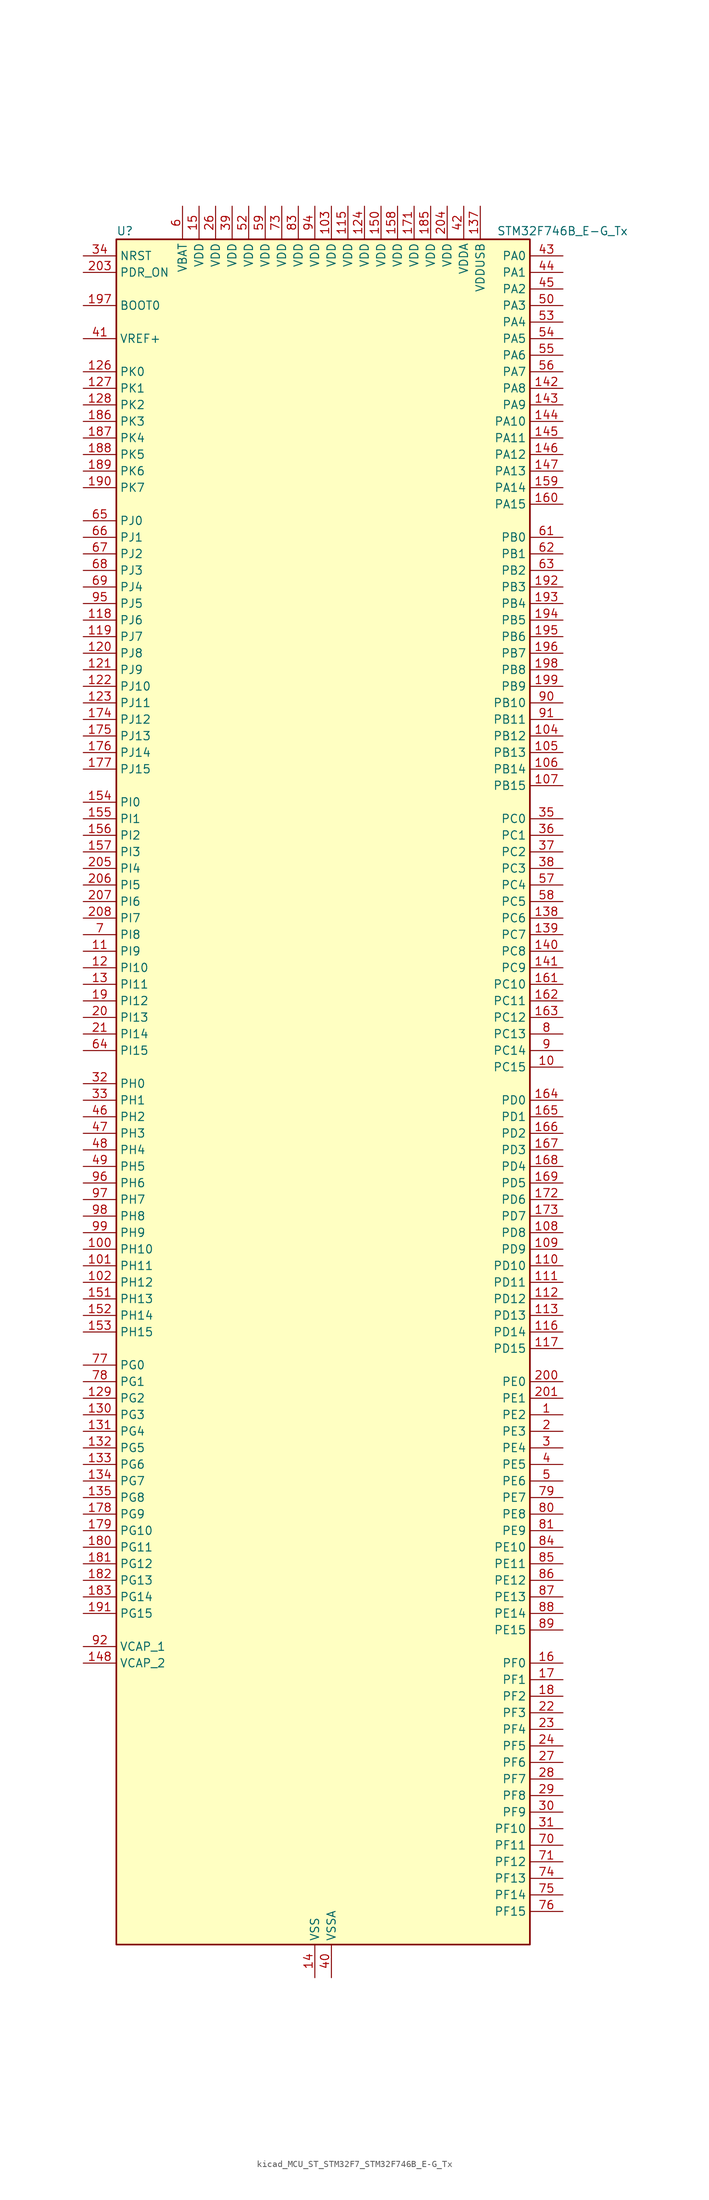
<source format=kicad_sym>
(kicad_symbol_lib
  (version 20220914)
  (generator kicad_symbol_editor)
  (symbol "kicad_MCU_ST_STM32F7_STM32F746B_E-G_Tx"
    (property "Reference" "U"
      (at -30.48 133.35 0)
      (effects (font (size 1.27 1.27)) (justify left)))
    (property "Value" "STM32F746B_E-G_Tx"
      (at 27.94 133.35 0)
      (effects (font (size 1.27 1.27)) (justify left)))
    (property "ki_locked" ""
      (at 0 0 0)
      (effects (font (size 1.27 1.27))))
    (symbol "kicad_MCU_ST_STM32F7_STM32F746B_E-G_Tx_0_1"
      (rectangle (start -30.48 -129.54) (end 33.02 132.08) (stroke (width 0.254) (type default)) (fill (type background))))
    (symbol "kicad_MCU_ST_STM32F7_STM32F746B_E-G_Tx_1_1"
      (pin bidirectional line (at 38.1 -48.26 180) (length 5.08) (name "PE2" (effects (font (size 1.27 1.27)))) (number "1" (effects (font (size 1.27 1.27)))) (alternate "ETH_TXD3" bidirectional line) (alternate "FMC_A23" bidirectional line) (alternate "QUADSPI_BK1_IO2" bidirectional line) (alternate "SAI1_MCLK_A" bidirectional line) (alternate "SPI4_SCK" bidirectional line) (alternate "SYS_TRACECLK" bidirectional line))
      (pin bidirectional line (at 38.1 5.08 180) (length 5.08) (name "PC15" (effects (font (size 1.27 1.27)))) (number "10" (effects (font (size 1.27 1.27)))) (alternate "RCC_OSC32_OUT" bidirectional line))
      (pin bidirectional line (at -35.56 -22.86 0) (length 5.08) (name "PH10" (effects (font (size 1.27 1.27)))) (number "100" (effects (font (size 1.27 1.27)))) (alternate "DCMI_D1" bidirectional line) (alternate "FMC_D18" bidirectional line) (alternate "I2C4_SMBA" bidirectional line) (alternate "LTDC_R4" bidirectional line) (alternate "TIM5_CH1" bidirectional line))
      (pin bidirectional line (at -35.56 -25.4 0) (length 5.08) (name "PH11" (effects (font (size 1.27 1.27)))) (number "101" (effects (font (size 1.27 1.27)))) (alternate "ADC1_EXTI11" bidirectional line) (alternate "ADC2_EXTI11" bidirectional line) (alternate "ADC3_EXTI11" bidirectional line) (alternate "DCMI_D2" bidirectional line) (alternate "FMC_D19" bidirectional line) (alternate "I2C4_SCL" bidirectional line) (alternate "LTDC_R5" bidirectional line) (alternate "TIM5_CH2" bidirectional line))
      (pin bidirectional line (at -35.56 -27.94 0) (length 5.08) (name "PH12" (effects (font (size 1.27 1.27)))) (number "102" (effects (font (size 1.27 1.27)))) (alternate "DCMI_D3" bidirectional line) (alternate "FMC_D20" bidirectional line) (alternate "I2C4_SDA" bidirectional line) (alternate "LTDC_R6" bidirectional line) (alternate "TIM5_CH3" bidirectional line))
      (pin power_in line (at 2.54 137.16 270) (length 5.08) (name "VDD" (effects (font (size 1.27 1.27)))) (number "103" (effects (font (size 1.27 1.27)))))
      (pin bidirectional line (at 38.1 55.88 180) (length 5.08) (name "PB12" (effects (font (size 1.27 1.27)))) (number "104" (effects (font (size 1.27 1.27)))) (alternate "CAN2_RX" bidirectional line) (alternate "ETH_TXD0" bidirectional line) (alternate "I2C2_SMBA" bidirectional line) (alternate "I2S2_WS" bidirectional line) (alternate "SPI2_NSS" bidirectional line) (alternate "TIM1_BKIN" bidirectional line) (alternate "USART3_CK" bidirectional line) (alternate "USB_OTG_HS_ID" bidirectional line) (alternate "USB_OTG_HS_ULPI_D5" bidirectional line))
      (pin bidirectional line (at 38.1 53.34 180) (length 5.08) (name "PB13" (effects (font (size 1.27 1.27)))) (number "105" (effects (font (size 1.27 1.27)))) (alternate "CAN2_TX" bidirectional line) (alternate "ETH_TXD1" bidirectional line) (alternate "I2S2_CK" bidirectional line) (alternate "SPI2_SCK" bidirectional line) (alternate "TIM1_CH1N" bidirectional line) (alternate "USART3_CTS" bidirectional line) (alternate "USB_OTG_HS_ULPI_D6" bidirectional line) (alternate "USB_OTG_HS_VBUS" bidirectional line))
      (pin bidirectional line (at 38.1 50.8 180) (length 5.08) (name "PB14" (effects (font (size 1.27 1.27)))) (number "106" (effects (font (size 1.27 1.27)))) (alternate "SPI2_MISO" bidirectional line) (alternate "TIM12_CH1" bidirectional line) (alternate "TIM1_CH2N" bidirectional line) (alternate "TIM8_CH2N" bidirectional line) (alternate "USART3_DE" bidirectional line) (alternate "USART3_RTS" bidirectional line) (alternate "USB_OTG_HS_DM" bidirectional line))
      (pin bidirectional line (at 38.1 48.26 180) (length 5.08) (name "PB15" (effects (font (size 1.27 1.27)))) (number "107" (effects (font (size 1.27 1.27)))) (alternate "I2S2_SD" bidirectional line) (alternate "RTC_REFIN" bidirectional line) (alternate "SPI2_MOSI" bidirectional line) (alternate "TIM12_CH2" bidirectional line) (alternate "TIM1_CH3N" bidirectional line) (alternate "TIM8_CH3N" bidirectional line) (alternate "USB_OTG_HS_DP" bidirectional line))
      (pin bidirectional line (at 38.1 -20.32 180) (length 5.08) (name "PD8" (effects (font (size 1.27 1.27)))) (number "108" (effects (font (size 1.27 1.27)))) (alternate "FMC_D13" bidirectional line) (alternate "FMC_DA13" bidirectional line) (alternate "SPDIFRX_IN1" bidirectional line) (alternate "USART3_TX" bidirectional line))
      (pin bidirectional line (at 38.1 -22.86 180) (length 5.08) (name "PD9" (effects (font (size 1.27 1.27)))) (number "109" (effects (font (size 1.27 1.27)))) (alternate "DAC_EXTI9" bidirectional line) (alternate "FMC_D14" bidirectional line) (alternate "FMC_DA14" bidirectional line) (alternate "USART3_RX" bidirectional line))
      (pin bidirectional line (at -35.56 22.86 0) (length 5.08) (name "PI9" (effects (font (size 1.27 1.27)))) (number "11" (effects (font (size 1.27 1.27)))) (alternate "CAN1_RX" bidirectional line) (alternate "DAC_EXTI9" bidirectional line) (alternate "FMC_D30" bidirectional line) (alternate "LTDC_VSYNC" bidirectional line))
      (pin bidirectional line (at 38.1 -25.4 180) (length 5.08) (name "PD10" (effects (font (size 1.27 1.27)))) (number "110" (effects (font (size 1.27 1.27)))) (alternate "FMC_D15" bidirectional line) (alternate "FMC_DA15" bidirectional line) (alternate "LTDC_B3" bidirectional line) (alternate "USART3_CK" bidirectional line))
      (pin bidirectional line (at 38.1 -27.94 180) (length 5.08) (name "PD11" (effects (font (size 1.27 1.27)))) (number "111" (effects (font (size 1.27 1.27)))) (alternate "ADC1_EXTI11" bidirectional line) (alternate "ADC2_EXTI11" bidirectional line) (alternate "ADC3_EXTI11" bidirectional line) (alternate "FMC_A16" bidirectional line) (alternate "FMC_CLE" bidirectional line) (alternate "I2C4_SMBA" bidirectional line) (alternate "QUADSPI_BK1_IO0" bidirectional line) (alternate "SAI2_SD_A" bidirectional line) (alternate "USART3_CTS" bidirectional line))
      (pin bidirectional line (at 38.1 -30.48 180) (length 5.08) (name "PD12" (effects (font (size 1.27 1.27)))) (number "112" (effects (font (size 1.27 1.27)))) (alternate "FMC_A17" bidirectional line) (alternate "FMC_ALE" bidirectional line) (alternate "I2C4_SCL" bidirectional line) (alternate "LPTIM1_IN1" bidirectional line) (alternate "QUADSPI_BK1_IO1" bidirectional line) (alternate "SAI2_FS_A" bidirectional line) (alternate "TIM4_CH1" bidirectional line) (alternate "USART3_DE" bidirectional line) (alternate "USART3_RTS" bidirectional line))
      (pin bidirectional line (at 38.1 -33.02 180) (length 5.08) (name "PD13" (effects (font (size 1.27 1.27)))) (number "113" (effects (font (size 1.27 1.27)))) (alternate "FMC_A18" bidirectional line) (alternate "I2C4_SDA" bidirectional line) (alternate "LPTIM1_OUT" bidirectional line) (alternate "QUADSPI_BK1_IO3" bidirectional line) (alternate "SAI2_SCK_A" bidirectional line) (alternate "TIM4_CH2" bidirectional line))
      (pin passive line (at 0 -134.62 90) (length 5.08) hide (name "VSS" (effects (font (size 1.27 1.27)))) (number "114" (effects (font (size 1.27 1.27)))))
      (pin power_in line (at 5.08 137.16 270) (length 5.08) (name "VDD" (effects (font (size 1.27 1.27)))) (number "115" (effects (font (size 1.27 1.27)))))
      (pin bidirectional line (at 38.1 -35.56 180) (length 5.08) (name "PD14" (effects (font (size 1.27 1.27)))) (number "116" (effects (font (size 1.27 1.27)))) (alternate "FMC_D0" bidirectional line) (alternate "FMC_DA0" bidirectional line) (alternate "TIM4_CH3" bidirectional line) (alternate "UART8_CTS" bidirectional line))
      (pin bidirectional line (at 38.1 -38.1 180) (length 5.08) (name "PD15" (effects (font (size 1.27 1.27)))) (number "117" (effects (font (size 1.27 1.27)))) (alternate "FMC_D1" bidirectional line) (alternate "FMC_DA1" bidirectional line) (alternate "TIM4_CH4" bidirectional line) (alternate "UART8_DE" bidirectional line) (alternate "UART8_RTS" bidirectional line))
      (pin bidirectional line (at -35.56 73.66 0) (length 5.08) (name "PJ6" (effects (font (size 1.27 1.27)))) (number "118" (effects (font (size 1.27 1.27)))) (alternate "LTDC_R7" bidirectional line))
      (pin bidirectional line (at -35.56 71.12 0) (length 5.08) (name "PJ7" (effects (font (size 1.27 1.27)))) (number "119" (effects (font (size 1.27 1.27)))) (alternate "LTDC_G0" bidirectional line))
      (pin bidirectional line (at -35.56 20.32 0) (length 5.08) (name "PI10" (effects (font (size 1.27 1.27)))) (number "12" (effects (font (size 1.27 1.27)))) (alternate "ETH_RX_ER" bidirectional line) (alternate "FMC_D31" bidirectional line) (alternate "LTDC_HSYNC" bidirectional line))
      (pin bidirectional line (at -35.56 68.58 0) (length 5.08) (name "PJ8" (effects (font (size 1.27 1.27)))) (number "120" (effects (font (size 1.27 1.27)))) (alternate "LTDC_G1" bidirectional line))
      (pin bidirectional line (at -35.56 66.04 0) (length 5.08) (name "PJ9" (effects (font (size 1.27 1.27)))) (number "121" (effects (font (size 1.27 1.27)))) (alternate "DAC_EXTI9" bidirectional line) (alternate "LTDC_G2" bidirectional line))
      (pin bidirectional line (at -35.56 63.5 0) (length 5.08) (name "PJ10" (effects (font (size 1.27 1.27)))) (number "122" (effects (font (size 1.27 1.27)))) (alternate "LTDC_G3" bidirectional line))
      (pin bidirectional line (at -35.56 60.96 0) (length 5.08) (name "PJ11" (effects (font (size 1.27 1.27)))) (number "123" (effects (font (size 1.27 1.27)))) (alternate "ADC1_EXTI11" bidirectional line) (alternate "ADC2_EXTI11" bidirectional line) (alternate "ADC3_EXTI11" bidirectional line) (alternate "LTDC_G4" bidirectional line))
      (pin power_in line (at 7.62 137.16 270) (length 5.08) (name "VDD" (effects (font (size 1.27 1.27)))) (number "124" (effects (font (size 1.27 1.27)))))
      (pin passive line (at 0 -134.62 90) (length 5.08) hide (name "VSS" (effects (font (size 1.27 1.27)))) (number "125" (effects (font (size 1.27 1.27)))))
      (pin bidirectional line (at -35.56 111.76 0) (length 5.08) (name "PK0" (effects (font (size 1.27 1.27)))) (number "126" (effects (font (size 1.27 1.27)))) (alternate "LTDC_G5" bidirectional line))
      (pin bidirectional line (at -35.56 109.22 0) (length 5.08) (name "PK1" (effects (font (size 1.27 1.27)))) (number "127" (effects (font (size 1.27 1.27)))) (alternate "LTDC_G6" bidirectional line))
      (pin bidirectional line (at -35.56 106.68 0) (length 5.08) (name "PK2" (effects (font (size 1.27 1.27)))) (number "128" (effects (font (size 1.27 1.27)))) (alternate "LTDC_G7" bidirectional line))
      (pin bidirectional line (at -35.56 -45.72 0) (length 5.08) (name "PG2" (effects (font (size 1.27 1.27)))) (number "129" (effects (font (size 1.27 1.27)))) (alternate "FMC_A12" bidirectional line))
      (pin bidirectional line (at -35.56 17.78 0) (length 5.08) (name "PI11" (effects (font (size 1.27 1.27)))) (number "13" (effects (font (size 1.27 1.27)))) (alternate "ADC1_EXTI11" bidirectional line) (alternate "ADC2_EXTI11" bidirectional line) (alternate "ADC3_EXTI11" bidirectional line) (alternate "SYS_WKUP6" bidirectional line) (alternate "USB_OTG_HS_ULPI_DIR" bidirectional line))
      (pin bidirectional line (at -35.56 -48.26 0) (length 5.08) (name "PG3" (effects (font (size 1.27 1.27)))) (number "130" (effects (font (size 1.27 1.27)))) (alternate "FMC_A13" bidirectional line))
      (pin bidirectional line (at -35.56 -50.8 0) (length 5.08) (name "PG4" (effects (font (size 1.27 1.27)))) (number "131" (effects (font (size 1.27 1.27)))) (alternate "FMC_A14" bidirectional line) (alternate "FMC_BA0" bidirectional line))
      (pin bidirectional line (at -35.56 -53.34 0) (length 5.08) (name "PG5" (effects (font (size 1.27 1.27)))) (number "132" (effects (font (size 1.27 1.27)))) (alternate "FMC_A15" bidirectional line) (alternate "FMC_BA1" bidirectional line))
      (pin bidirectional line (at -35.56 -55.88 0) (length 5.08) (name "PG6" (effects (font (size 1.27 1.27)))) (number "133" (effects (font (size 1.27 1.27)))) (alternate "DCMI_D12" bidirectional line) (alternate "LTDC_R7" bidirectional line))
      (pin bidirectional line (at -35.56 -58.42 0) (length 5.08) (name "PG7" (effects (font (size 1.27 1.27)))) (number "134" (effects (font (size 1.27 1.27)))) (alternate "DCMI_D13" bidirectional line) (alternate "FMC_INT" bidirectional line) (alternate "LTDC_CLK" bidirectional line) (alternate "USART6_CK" bidirectional line))
      (pin bidirectional line (at -35.56 -60.96 0) (length 5.08) (name "PG8" (effects (font (size 1.27 1.27)))) (number "135" (effects (font (size 1.27 1.27)))) (alternate "ETH_PPS_OUT" bidirectional line) (alternate "FMC_SDCLK" bidirectional line) (alternate "SPDIFRX_IN2" bidirectional line) (alternate "SPI6_NSS" bidirectional line) (alternate "USART6_DE" bidirectional line) (alternate "USART6_RTS" bidirectional line))
      (pin passive line (at 0 -134.62 90) (length 5.08) hide (name "VSS" (effects (font (size 1.27 1.27)))) (number "136" (effects (font (size 1.27 1.27)))))
      (pin power_in line (at 25.4 137.16 270) (length 5.08) (name "VDDUSB" (effects (font (size 1.27 1.27)))) (number "137" (effects (font (size 1.27 1.27)))))
      (pin bidirectional line (at 38.1 27.94 180) (length 5.08) (name "PC6" (effects (font (size 1.27 1.27)))) (number "138" (effects (font (size 1.27 1.27)))) (alternate "DCMI_D0" bidirectional line) (alternate "I2S2_MCK" bidirectional line) (alternate "LTDC_HSYNC" bidirectional line) (alternate "SDMMC1_D6" bidirectional line) (alternate "TIM3_CH1" bidirectional line) (alternate "TIM8_CH1" bidirectional line) (alternate "USART6_TX" bidirectional line))
      (pin bidirectional line (at 38.1 25.4 180) (length 5.08) (name "PC7" (effects (font (size 1.27 1.27)))) (number "139" (effects (font (size 1.27 1.27)))) (alternate "DCMI_D1" bidirectional line) (alternate "I2S3_MCK" bidirectional line) (alternate "LTDC_G6" bidirectional line) (alternate "SDMMC1_D7" bidirectional line) (alternate "TIM3_CH2" bidirectional line) (alternate "TIM8_CH2" bidirectional line) (alternate "USART6_RX" bidirectional line))
      (pin power_in line (at 0 -134.62 90) (length 5.08) (name "VSS" (effects (font (size 1.27 1.27)))) (number "14" (effects (font (size 1.27 1.27)))))
      (pin bidirectional line (at 38.1 22.86 180) (length 5.08) (name "PC8" (effects (font (size 1.27 1.27)))) (number "140" (effects (font (size 1.27 1.27)))) (alternate "DCMI_D2" bidirectional line) (alternate "SDMMC1_D0" bidirectional line) (alternate "SYS_TRACED1" bidirectional line) (alternate "TIM3_CH3" bidirectional line) (alternate "TIM8_CH3" bidirectional line) (alternate "UART5_DE" bidirectional line) (alternate "UART5_RTS" bidirectional line) (alternate "USART6_CK" bidirectional line))
      (pin bidirectional line (at 38.1 20.32 180) (length 5.08) (name "PC9" (effects (font (size 1.27 1.27)))) (number "141" (effects (font (size 1.27 1.27)))) (alternate "DAC_EXTI9" bidirectional line) (alternate "DCMI_D3" bidirectional line) (alternate "I2C3_SDA" bidirectional line) (alternate "I2S_CKIN" bidirectional line) (alternate "QUADSPI_BK1_IO0" bidirectional line) (alternate "RCC_MCO_2" bidirectional line) (alternate "SDMMC1_D1" bidirectional line) (alternate "TIM3_CH4" bidirectional line) (alternate "TIM8_CH4" bidirectional line) (alternate "UART5_CTS" bidirectional line))
      (pin bidirectional line (at 38.1 109.22 180) (length 5.08) (name "PA8" (effects (font (size 1.27 1.27)))) (number "142" (effects (font (size 1.27 1.27)))) (alternate "I2C3_SCL" bidirectional line) (alternate "LTDC_R6" bidirectional line) (alternate "RCC_MCO_1" bidirectional line) (alternate "TIM1_CH1" bidirectional line) (alternate "TIM8_BKIN2" bidirectional line) (alternate "USART1_CK" bidirectional line) (alternate "USB_OTG_FS_SOF" bidirectional line))
      (pin bidirectional line (at 38.1 106.68 180) (length 5.08) (name "PA9" (effects (font (size 1.27 1.27)))) (number "143" (effects (font (size 1.27 1.27)))) (alternate "DAC_EXTI9" bidirectional line) (alternate "DCMI_D0" bidirectional line) (alternate "I2C3_SMBA" bidirectional line) (alternate "I2S2_CK" bidirectional line) (alternate "SPI2_SCK" bidirectional line) (alternate "TIM1_CH2" bidirectional line) (alternate "USART1_TX" bidirectional line) (alternate "USB_OTG_FS_VBUS" bidirectional line))
      (pin bidirectional line (at 38.1 104.14 180) (length 5.08) (name "PA10" (effects (font (size 1.27 1.27)))) (number "144" (effects (font (size 1.27 1.27)))) (alternate "DCMI_D1" bidirectional line) (alternate "TIM1_CH3" bidirectional line) (alternate "USART1_RX" bidirectional line) (alternate "USB_OTG_FS_ID" bidirectional line))
      (pin bidirectional line (at 38.1 101.6 180) (length 5.08) (name "PA11" (effects (font (size 1.27 1.27)))) (number "145" (effects (font (size 1.27 1.27)))) (alternate "ADC1_EXTI11" bidirectional line) (alternate "ADC2_EXTI11" bidirectional line) (alternate "ADC3_EXTI11" bidirectional line) (alternate "CAN1_RX" bidirectional line) (alternate "LTDC_R4" bidirectional line) (alternate "TIM1_CH4" bidirectional line) (alternate "USART1_CTS" bidirectional line) (alternate "USB_OTG_FS_DM" bidirectional line))
      (pin bidirectional line (at 38.1 99.06 180) (length 5.08) (name "PA12" (effects (font (size 1.27 1.27)))) (number "146" (effects (font (size 1.27 1.27)))) (alternate "CAN1_TX" bidirectional line) (alternate "LTDC_R5" bidirectional line) (alternate "SAI2_FS_B" bidirectional line) (alternate "TIM1_ETR" bidirectional line) (alternate "USART1_DE" bidirectional line) (alternate "USART1_RTS" bidirectional line) (alternate "USB_OTG_FS_DP" bidirectional line))
      (pin bidirectional line (at 38.1 96.52 180) (length 5.08) (name "PA13" (effects (font (size 1.27 1.27)))) (number "147" (effects (font (size 1.27 1.27)))) (alternate "SYS_JTMS-SWDIO" bidirectional line))
      (pin power_out line (at -35.56 -86.36 0) (length 5.08) (name "VCAP_2" (effects (font (size 1.27 1.27)))) (number "148" (effects (font (size 1.27 1.27)))))
      (pin passive line (at 0 -134.62 90) (length 5.08) hide (name "VSS" (effects (font (size 1.27 1.27)))) (number "149" (effects (font (size 1.27 1.27)))))
      (pin power_in line (at -17.78 137.16 270) (length 5.08) (name "VDD" (effects (font (size 1.27 1.27)))) (number "15" (effects (font (size 1.27 1.27)))))
      (pin power_in line (at 10.16 137.16 270) (length 5.08) (name "VDD" (effects (font (size 1.27 1.27)))) (number "150" (effects (font (size 1.27 1.27)))))
      (pin bidirectional line (at -35.56 -30.48 0) (length 5.08) (name "PH13" (effects (font (size 1.27 1.27)))) (number "151" (effects (font (size 1.27 1.27)))) (alternate "CAN1_TX" bidirectional line) (alternate "FMC_D21" bidirectional line) (alternate "LTDC_G2" bidirectional line) (alternate "TIM8_CH1N" bidirectional line))
      (pin bidirectional line (at -35.56 -33.02 0) (length 5.08) (name "PH14" (effects (font (size 1.27 1.27)))) (number "152" (effects (font (size 1.27 1.27)))) (alternate "DCMI_D4" bidirectional line) (alternate "FMC_D22" bidirectional line) (alternate "LTDC_G3" bidirectional line) (alternate "TIM8_CH2N" bidirectional line))
      (pin bidirectional line (at -35.56 -35.56 0) (length 5.08) (name "PH15" (effects (font (size 1.27 1.27)))) (number "153" (effects (font (size 1.27 1.27)))) (alternate "DCMI_D11" bidirectional line) (alternate "FMC_D23" bidirectional line) (alternate "LTDC_G4" bidirectional line) (alternate "TIM8_CH3N" bidirectional line))
      (pin bidirectional line (at -35.56 45.72 0) (length 5.08) (name "PI0" (effects (font (size 1.27 1.27)))) (number "154" (effects (font (size 1.27 1.27)))) (alternate "DCMI_D13" bidirectional line) (alternate "FMC_D24" bidirectional line) (alternate "I2S2_WS" bidirectional line) (alternate "LTDC_G5" bidirectional line) (alternate "SPI2_NSS" bidirectional line) (alternate "TIM5_CH4" bidirectional line))
      (pin bidirectional line (at -35.56 43.18 0) (length 5.08) (name "PI1" (effects (font (size 1.27 1.27)))) (number "155" (effects (font (size 1.27 1.27)))) (alternate "DCMI_D8" bidirectional line) (alternate "FMC_D25" bidirectional line) (alternate "I2S2_CK" bidirectional line) (alternate "LTDC_G6" bidirectional line) (alternate "SPI2_SCK" bidirectional line) (alternate "TIM8_BKIN2" bidirectional line))
      (pin bidirectional line (at -35.56 40.64 0) (length 5.08) (name "PI2" (effects (font (size 1.27 1.27)))) (number "156" (effects (font (size 1.27 1.27)))) (alternate "DCMI_D9" bidirectional line) (alternate "FMC_D26" bidirectional line) (alternate "LTDC_G7" bidirectional line) (alternate "SPI2_MISO" bidirectional line) (alternate "TIM8_CH4" bidirectional line))
      (pin bidirectional line (at -35.56 38.1 0) (length 5.08) (name "PI3" (effects (font (size 1.27 1.27)))) (number "157" (effects (font (size 1.27 1.27)))) (alternate "DCMI_D10" bidirectional line) (alternate "FMC_D27" bidirectional line) (alternate "I2S2_SD" bidirectional line) (alternate "SPI2_MOSI" bidirectional line) (alternate "TIM8_ETR" bidirectional line))
      (pin power_in line (at 12.7 137.16 270) (length 5.08) (name "VDD" (effects (font (size 1.27 1.27)))) (number "158" (effects (font (size 1.27 1.27)))))
      (pin bidirectional line (at 38.1 93.98 180) (length 5.08) (name "PA14" (effects (font (size 1.27 1.27)))) (number "159" (effects (font (size 1.27 1.27)))) (alternate "SYS_JTCK-SWCLK" bidirectional line))
      (pin bidirectional line (at 38.1 -86.36 180) (length 5.08) (name "PF0" (effects (font (size 1.27 1.27)))) (number "16" (effects (font (size 1.27 1.27)))) (alternate "FMC_A0" bidirectional line) (alternate "I2C2_SDA" bidirectional line))
      (pin bidirectional line (at 38.1 91.44 180) (length 5.08) (name "PA15" (effects (font (size 1.27 1.27)))) (number "160" (effects (font (size 1.27 1.27)))) (alternate "CEC" bidirectional line) (alternate "I2S1_WS" bidirectional line) (alternate "I2S3_WS" bidirectional line) (alternate "SPI1_NSS" bidirectional line) (alternate "SPI3_NSS" bidirectional line) (alternate "SYS_JTDI" bidirectional line) (alternate "TIM2_CH1" bidirectional line) (alternate "TIM2_ETR" bidirectional line) (alternate "UART4_DE" bidirectional line) (alternate "UART4_RTS" bidirectional line))
      (pin bidirectional line (at 38.1 17.78 180) (length 5.08) (name "PC10" (effects (font (size 1.27 1.27)))) (number "161" (effects (font (size 1.27 1.27)))) (alternate "DCMI_D8" bidirectional line) (alternate "I2S3_CK" bidirectional line) (alternate "LTDC_R2" bidirectional line) (alternate "QUADSPI_BK1_IO1" bidirectional line) (alternate "SDMMC1_D2" bidirectional line) (alternate "SPI3_SCK" bidirectional line) (alternate "UART4_TX" bidirectional line) (alternate "USART3_TX" bidirectional line))
      (pin bidirectional line (at 38.1 15.24 180) (length 5.08) (name "PC11" (effects (font (size 1.27 1.27)))) (number "162" (effects (font (size 1.27 1.27)))) (alternate "ADC1_EXTI11" bidirectional line) (alternate "ADC2_EXTI11" bidirectional line) (alternate "ADC3_EXTI11" bidirectional line) (alternate "DCMI_D4" bidirectional line) (alternate "QUADSPI_BK2_NCS" bidirectional line) (alternate "SDMMC1_D3" bidirectional line) (alternate "SPI3_MISO" bidirectional line) (alternate "UART4_RX" bidirectional line) (alternate "USART3_RX" bidirectional line))
      (pin bidirectional line (at 38.1 12.7 180) (length 5.08) (name "PC12" (effects (font (size 1.27 1.27)))) (number "163" (effects (font (size 1.27 1.27)))) (alternate "DCMI_D9" bidirectional line) (alternate "I2S3_SD" bidirectional line) (alternate "SDMMC1_CK" bidirectional line) (alternate "SPI3_MOSI" bidirectional line) (alternate "SYS_TRACED3" bidirectional line) (alternate "UART5_TX" bidirectional line) (alternate "USART3_CK" bidirectional line))
      (pin bidirectional line (at 38.1 0 180) (length 5.08) (name "PD0" (effects (font (size 1.27 1.27)))) (number "164" (effects (font (size 1.27 1.27)))) (alternate "CAN1_RX" bidirectional line) (alternate "FMC_D2" bidirectional line) (alternate "FMC_DA2" bidirectional line))
      (pin bidirectional line (at 38.1 -2.54 180) (length 5.08) (name "PD1" (effects (font (size 1.27 1.27)))) (number "165" (effects (font (size 1.27 1.27)))) (alternate "CAN1_TX" bidirectional line) (alternate "FMC_D3" bidirectional line) (alternate "FMC_DA3" bidirectional line))
      (pin bidirectional line (at 38.1 -5.08 180) (length 5.08) (name "PD2" (effects (font (size 1.27 1.27)))) (number "166" (effects (font (size 1.27 1.27)))) (alternate "DCMI_D11" bidirectional line) (alternate "SDMMC1_CMD" bidirectional line) (alternate "SYS_TRACED2" bidirectional line) (alternate "TIM3_ETR" bidirectional line) (alternate "UART5_RX" bidirectional line))
      (pin bidirectional line (at 38.1 -7.62 180) (length 5.08) (name "PD3" (effects (font (size 1.27 1.27)))) (number "167" (effects (font (size 1.27 1.27)))) (alternate "DCMI_D5" bidirectional line) (alternate "FMC_CLK" bidirectional line) (alternate "I2S2_CK" bidirectional line) (alternate "LTDC_G7" bidirectional line) (alternate "SPI2_SCK" bidirectional line) (alternate "USART2_CTS" bidirectional line))
      (pin bidirectional line (at 38.1 -10.16 180) (length 5.08) (name "PD4" (effects (font (size 1.27 1.27)))) (number "168" (effects (font (size 1.27 1.27)))) (alternate "FMC_NOE" bidirectional line) (alternate "USART2_DE" bidirectional line) (alternate "USART2_RTS" bidirectional line))
      (pin bidirectional line (at 38.1 -12.7 180) (length 5.08) (name "PD5" (effects (font (size 1.27 1.27)))) (number "169" (effects (font (size 1.27 1.27)))) (alternate "FMC_NWE" bidirectional line) (alternate "USART2_TX" bidirectional line))
      (pin bidirectional line (at 38.1 -88.9 180) (length 5.08) (name "PF1" (effects (font (size 1.27 1.27)))) (number "17" (effects (font (size 1.27 1.27)))) (alternate "FMC_A1" bidirectional line) (alternate "I2C2_SCL" bidirectional line))
      (pin passive line (at 0 -134.62 90) (length 5.08) hide (name "VSS" (effects (font (size 1.27 1.27)))) (number "170" (effects (font (size 1.27 1.27)))))
      (pin power_in line (at 15.24 137.16 270) (length 5.08) (name "VDD" (effects (font (size 1.27 1.27)))) (number "171" (effects (font (size 1.27 1.27)))))
      (pin bidirectional line (at 38.1 -15.24 180) (length 5.08) (name "PD6" (effects (font (size 1.27 1.27)))) (number "172" (effects (font (size 1.27 1.27)))) (alternate "DCMI_D10" bidirectional line) (alternate "FMC_NWAIT" bidirectional line) (alternate "I2S3_SD" bidirectional line) (alternate "LTDC_B2" bidirectional line) (alternate "SAI1_SD_A" bidirectional line) (alternate "SPI3_MOSI" bidirectional line) (alternate "USART2_RX" bidirectional line))
      (pin bidirectional line (at 38.1 -17.78 180) (length 5.08) (name "PD7" (effects (font (size 1.27 1.27)))) (number "173" (effects (font (size 1.27 1.27)))) (alternate "FMC_NE1" bidirectional line) (alternate "SPDIFRX_IN0" bidirectional line) (alternate "USART2_CK" bidirectional line))
      (pin bidirectional line (at -35.56 58.42 0) (length 5.08) (name "PJ12" (effects (font (size 1.27 1.27)))) (number "174" (effects (font (size 1.27 1.27)))) (alternate "LTDC_B0" bidirectional line))
      (pin bidirectional line (at -35.56 55.88 0) (length 5.08) (name "PJ13" (effects (font (size 1.27 1.27)))) (number "175" (effects (font (size 1.27 1.27)))) (alternate "LTDC_B1" bidirectional line))
      (pin bidirectional line (at -35.56 53.34 0) (length 5.08) (name "PJ14" (effects (font (size 1.27 1.27)))) (number "176" (effects (font (size 1.27 1.27)))) (alternate "LTDC_B2" bidirectional line))
      (pin bidirectional line (at -35.56 50.8 0) (length 5.08) (name "PJ15" (effects (font (size 1.27 1.27)))) (number "177" (effects (font (size 1.27 1.27)))) (alternate "LTDC_B3" bidirectional line))
      (pin bidirectional line (at -35.56 -63.5 0) (length 5.08) (name "PG9" (effects (font (size 1.27 1.27)))) (number "178" (effects (font (size 1.27 1.27)))) (alternate "DAC_EXTI9" bidirectional line) (alternate "DCMI_VSYNC" bidirectional line) (alternate "FMC_NCE" bidirectional line) (alternate "FMC_NE2" bidirectional line) (alternate "QUADSPI_BK2_IO2" bidirectional line) (alternate "SAI2_FS_B" bidirectional line) (alternate "SPDIFRX_IN3" bidirectional line) (alternate "USART6_RX" bidirectional line))
      (pin bidirectional line (at -35.56 -66.04 0) (length 5.08) (name "PG10" (effects (font (size 1.27 1.27)))) (number "179" (effects (font (size 1.27 1.27)))) (alternate "DCMI_D2" bidirectional line) (alternate "FMC_NE3" bidirectional line) (alternate "LTDC_B2" bidirectional line) (alternate "LTDC_G3" bidirectional line) (alternate "SAI2_SD_B" bidirectional line))
      (pin bidirectional line (at 38.1 -91.44 180) (length 5.08) (name "PF2" (effects (font (size 1.27 1.27)))) (number "18" (effects (font (size 1.27 1.27)))) (alternate "FMC_A2" bidirectional line) (alternate "I2C2_SMBA" bidirectional line))
      (pin bidirectional line (at -35.56 -68.58 0) (length 5.08) (name "PG11" (effects (font (size 1.27 1.27)))) (number "180" (effects (font (size 1.27 1.27)))) (alternate "ADC1_EXTI11" bidirectional line) (alternate "ADC2_EXTI11" bidirectional line) (alternate "ADC3_EXTI11" bidirectional line) (alternate "DCMI_D3" bidirectional line) (alternate "ETH_TX_EN" bidirectional line) (alternate "LTDC_B3" bidirectional line) (alternate "SPDIFRX_IN0" bidirectional line))
      (pin bidirectional line (at -35.56 -71.12 0) (length 5.08) (name "PG12" (effects (font (size 1.27 1.27)))) (number "181" (effects (font (size 1.27 1.27)))) (alternate "FMC_NE4" bidirectional line) (alternate "LPTIM1_IN1" bidirectional line) (alternate "LTDC_B1" bidirectional line) (alternate "LTDC_B4" bidirectional line) (alternate "SPDIFRX_IN1" bidirectional line) (alternate "SPI6_MISO" bidirectional line) (alternate "USART6_DE" bidirectional line) (alternate "USART6_RTS" bidirectional line))
      (pin bidirectional line (at -35.56 -73.66 0) (length 5.08) (name "PG13" (effects (font (size 1.27 1.27)))) (number "182" (effects (font (size 1.27 1.27)))) (alternate "ETH_TXD0" bidirectional line) (alternate "FMC_A24" bidirectional line) (alternate "LPTIM1_OUT" bidirectional line) (alternate "LTDC_R0" bidirectional line) (alternate "SPI6_SCK" bidirectional line) (alternate "SYS_TRACED0" bidirectional line) (alternate "USART6_CTS" bidirectional line))
      (pin bidirectional line (at -35.56 -76.2 0) (length 5.08) (name "PG14" (effects (font (size 1.27 1.27)))) (number "183" (effects (font (size 1.27 1.27)))) (alternate "ETH_TXD1" bidirectional line) (alternate "FMC_A25" bidirectional line) (alternate "LPTIM1_ETR" bidirectional line) (alternate "LTDC_B0" bidirectional line) (alternate "QUADSPI_BK2_IO3" bidirectional line) (alternate "SPI6_MOSI" bidirectional line) (alternate "SYS_TRACED1" bidirectional line) (alternate "USART6_TX" bidirectional line))
      (pin passive line (at 0 -134.62 90) (length 5.08) hide (name "VSS" (effects (font (size 1.27 1.27)))) (number "184" (effects (font (size 1.27 1.27)))))
      (pin power_in line (at 17.78 137.16 270) (length 5.08) (name "VDD" (effects (font (size 1.27 1.27)))) (number "185" (effects (font (size 1.27 1.27)))))
      (pin bidirectional line (at -35.56 104.14 0) (length 5.08) (name "PK3" (effects (font (size 1.27 1.27)))) (number "186" (effects (font (size 1.27 1.27)))) (alternate "LTDC_B4" bidirectional line))
      (pin bidirectional line (at -35.56 101.6 0) (length 5.08) (name "PK4" (effects (font (size 1.27 1.27)))) (number "187" (effects (font (size 1.27 1.27)))) (alternate "LTDC_B5" bidirectional line))
      (pin bidirectional line (at -35.56 99.06 0) (length 5.08) (name "PK5" (effects (font (size 1.27 1.27)))) (number "188" (effects (font (size 1.27 1.27)))) (alternate "LTDC_B6" bidirectional line))
      (pin bidirectional line (at -35.56 96.52 0) (length 5.08) (name "PK6" (effects (font (size 1.27 1.27)))) (number "189" (effects (font (size 1.27 1.27)))) (alternate "LTDC_B7" bidirectional line))
      (pin bidirectional line (at -35.56 15.24 0) (length 5.08) (name "PI12" (effects (font (size 1.27 1.27)))) (number "19" (effects (font (size 1.27 1.27)))) (alternate "LTDC_HSYNC" bidirectional line))
      (pin bidirectional line (at -35.56 93.98 0) (length 5.08) (name "PK7" (effects (font (size 1.27 1.27)))) (number "190" (effects (font (size 1.27 1.27)))) (alternate "LTDC_DE" bidirectional line))
      (pin bidirectional line (at -35.56 -78.74 0) (length 5.08) (name "PG15" (effects (font (size 1.27 1.27)))) (number "191" (effects (font (size 1.27 1.27)))) (alternate "DCMI_D13" bidirectional line) (alternate "FMC_SDNCAS" bidirectional line) (alternate "USART6_CTS" bidirectional line))
      (pin bidirectional line (at 38.1 78.74 180) (length 5.08) (name "PB3" (effects (font (size 1.27 1.27)))) (number "192" (effects (font (size 1.27 1.27)))) (alternate "I2S1_CK" bidirectional line) (alternate "I2S3_CK" bidirectional line) (alternate "SPI1_SCK" bidirectional line) (alternate "SPI3_SCK" bidirectional line) (alternate "SYS_JTDO-SWO" bidirectional line) (alternate "TIM2_CH2" bidirectional line))
      (pin bidirectional line (at 38.1 76.2 180) (length 5.08) (name "PB4" (effects (font (size 1.27 1.27)))) (number "193" (effects (font (size 1.27 1.27)))) (alternate "I2S2_WS" bidirectional line) (alternate "SPI1_MISO" bidirectional line) (alternate "SPI2_NSS" bidirectional line) (alternate "SPI3_MISO" bidirectional line) (alternate "SYS_JTRST" bidirectional line) (alternate "TIM3_CH1" bidirectional line))
      (pin bidirectional line (at 38.1 73.66 180) (length 5.08) (name "PB5" (effects (font (size 1.27 1.27)))) (number "194" (effects (font (size 1.27 1.27)))) (alternate "CAN2_RX" bidirectional line) (alternate "DCMI_D10" bidirectional line) (alternate "ETH_PPS_OUT" bidirectional line) (alternate "FMC_SDCKE1" bidirectional line) (alternate "I2C1_SMBA" bidirectional line) (alternate "I2S1_SD" bidirectional line) (alternate "I2S3_SD" bidirectional line) (alternate "SPI1_MOSI" bidirectional line) (alternate "SPI3_MOSI" bidirectional line) (alternate "TIM3_CH2" bidirectional line) (alternate "USB_OTG_HS_ULPI_D7" bidirectional line))
      (pin bidirectional line (at 38.1 71.12 180) (length 5.08) (name "PB6" (effects (font (size 1.27 1.27)))) (number "195" (effects (font (size 1.27 1.27)))) (alternate "CAN2_TX" bidirectional line) (alternate "CEC" bidirectional line) (alternate "DCMI_D5" bidirectional line) (alternate "FMC_SDNE1" bidirectional line) (alternate "I2C1_SCL" bidirectional line) (alternate "QUADSPI_BK1_NCS" bidirectional line) (alternate "TIM4_CH1" bidirectional line) (alternate "USART1_TX" bidirectional line))
      (pin bidirectional line (at 38.1 68.58 180) (length 5.08) (name "PB7" (effects (font (size 1.27 1.27)))) (number "196" (effects (font (size 1.27 1.27)))) (alternate "DCMI_VSYNC" bidirectional line) (alternate "FMC_NL" bidirectional line) (alternate "I2C1_SDA" bidirectional line) (alternate "TIM4_CH2" bidirectional line) (alternate "USART1_RX" bidirectional line))
      (pin input line (at -35.56 121.92 0) (length 5.08) (name "BOOT0" (effects (font (size 1.27 1.27)))) (number "197" (effects (font (size 1.27 1.27)))))
      (pin bidirectional line (at 38.1 66.04 180) (length 5.08) (name "PB8" (effects (font (size 1.27 1.27)))) (number "198" (effects (font (size 1.27 1.27)))) (alternate "CAN1_RX" bidirectional line) (alternate "DCMI_D6" bidirectional line) (alternate "ETH_TXD3" bidirectional line) (alternate "I2C1_SCL" bidirectional line) (alternate "LTDC_B6" bidirectional line) (alternate "SDMMC1_D4" bidirectional line) (alternate "TIM10_CH1" bidirectional line) (alternate "TIM4_CH3" bidirectional line))
      (pin bidirectional line (at 38.1 63.5 180) (length 5.08) (name "PB9" (effects (font (size 1.27 1.27)))) (number "199" (effects (font (size 1.27 1.27)))) (alternate "CAN1_TX" bidirectional line) (alternate "DAC_EXTI9" bidirectional line) (alternate "DCMI_D7" bidirectional line) (alternate "I2C1_SDA" bidirectional line) (alternate "I2S2_WS" bidirectional line) (alternate "LTDC_B7" bidirectional line) (alternate "SDMMC1_D5" bidirectional line) (alternate "SPI2_NSS" bidirectional line) (alternate "TIM11_CH1" bidirectional line) (alternate "TIM4_CH4" bidirectional line))
      (pin bidirectional line (at 38.1 -50.8 180) (length 5.08) (name "PE3" (effects (font (size 1.27 1.27)))) (number "2" (effects (font (size 1.27 1.27)))) (alternate "FMC_A19" bidirectional line) (alternate "SAI1_SD_B" bidirectional line) (alternate "SYS_TRACED0" bidirectional line))
      (pin bidirectional line (at -35.56 12.7 0) (length 5.08) (name "PI13" (effects (font (size 1.27 1.27)))) (number "20" (effects (font (size 1.27 1.27)))) (alternate "LTDC_VSYNC" bidirectional line))
      (pin bidirectional line (at 38.1 -43.18 180) (length 5.08) (name "PE0" (effects (font (size 1.27 1.27)))) (number "200" (effects (font (size 1.27 1.27)))) (alternate "DCMI_D2" bidirectional line) (alternate "FMC_NBL0" bidirectional line) (alternate "LPTIM1_ETR" bidirectional line) (alternate "SAI2_MCLK_A" bidirectional line) (alternate "TIM4_ETR" bidirectional line) (alternate "UART8_RX" bidirectional line))
      (pin bidirectional line (at 38.1 -45.72 180) (length 5.08) (name "PE1" (effects (font (size 1.27 1.27)))) (number "201" (effects (font (size 1.27 1.27)))) (alternate "DCMI_D3" bidirectional line) (alternate "FMC_NBL1" bidirectional line) (alternate "LPTIM1_IN2" bidirectional line) (alternate "UART8_TX" bidirectional line))
      (pin passive line (at 0 -134.62 90) (length 5.08) hide (name "VSS" (effects (font (size 1.27 1.27)))) (number "202" (effects (font (size 1.27 1.27)))))
      (pin input line (at -35.56 127 0) (length 5.08) (name "PDR_ON" (effects (font (size 1.27 1.27)))) (number "203" (effects (font (size 1.27 1.27)))))
      (pin power_in line (at 20.32 137.16 270) (length 5.08) (name "VDD" (effects (font (size 1.27 1.27)))) (number "204" (effects (font (size 1.27 1.27)))))
      (pin bidirectional line (at -35.56 35.56 0) (length 5.08) (name "PI4" (effects (font (size 1.27 1.27)))) (number "205" (effects (font (size 1.27 1.27)))) (alternate "DCMI_D5" bidirectional line) (alternate "FMC_NBL2" bidirectional line) (alternate "LTDC_B4" bidirectional line) (alternate "SAI2_MCLK_A" bidirectional line) (alternate "TIM8_BKIN" bidirectional line))
      (pin bidirectional line (at -35.56 33.02 0) (length 5.08) (name "PI5" (effects (font (size 1.27 1.27)))) (number "206" (effects (font (size 1.27 1.27)))) (alternate "DCMI_VSYNC" bidirectional line) (alternate "FMC_NBL3" bidirectional line) (alternate "LTDC_B5" bidirectional line) (alternate "SAI2_SCK_A" bidirectional line) (alternate "TIM8_CH1" bidirectional line))
      (pin bidirectional line (at -35.56 30.48 0) (length 5.08) (name "PI6" (effects (font (size 1.27 1.27)))) (number "207" (effects (font (size 1.27 1.27)))) (alternate "DCMI_D6" bidirectional line) (alternate "FMC_D28" bidirectional line) (alternate "LTDC_B6" bidirectional line) (alternate "SAI2_SD_A" bidirectional line) (alternate "TIM8_CH2" bidirectional line))
      (pin bidirectional line (at -35.56 27.94 0) (length 5.08) (name "PI7" (effects (font (size 1.27 1.27)))) (number "208" (effects (font (size 1.27 1.27)))) (alternate "DCMI_D7" bidirectional line) (alternate "FMC_D29" bidirectional line) (alternate "LTDC_B7" bidirectional line) (alternate "SAI2_FS_A" bidirectional line) (alternate "TIM8_CH3" bidirectional line))
      (pin bidirectional line (at -35.56 10.16 0) (length 5.08) (name "PI14" (effects (font (size 1.27 1.27)))) (number "21" (effects (font (size 1.27 1.27)))) (alternate "LTDC_CLK" bidirectional line))
      (pin bidirectional line (at 38.1 -93.98 180) (length 5.08) (name "PF3" (effects (font (size 1.27 1.27)))) (number "22" (effects (font (size 1.27 1.27)))) (alternate "ADC3_IN9" bidirectional line) (alternate "FMC_A3" bidirectional line))
      (pin bidirectional line (at 38.1 -96.52 180) (length 5.08) (name "PF4" (effects (font (size 1.27 1.27)))) (number "23" (effects (font (size 1.27 1.27)))) (alternate "ADC3_IN14" bidirectional line) (alternate "FMC_A4" bidirectional line))
      (pin bidirectional line (at 38.1 -99.06 180) (length 5.08) (name "PF5" (effects (font (size 1.27 1.27)))) (number "24" (effects (font (size 1.27 1.27)))) (alternate "ADC3_IN15" bidirectional line) (alternate "FMC_A5" bidirectional line))
      (pin passive line (at 0 -134.62 90) (length 5.08) hide (name "VSS" (effects (font (size 1.27 1.27)))) (number "25" (effects (font (size 1.27 1.27)))))
      (pin power_in line (at -15.24 137.16 270) (length 5.08) (name "VDD" (effects (font (size 1.27 1.27)))) (number "26" (effects (font (size 1.27 1.27)))))
      (pin bidirectional line (at 38.1 -101.6 180) (length 5.08) (name "PF6" (effects (font (size 1.27 1.27)))) (number "27" (effects (font (size 1.27 1.27)))) (alternate "ADC3_IN4" bidirectional line) (alternate "QUADSPI_BK1_IO3" bidirectional line) (alternate "SAI1_SD_B" bidirectional line) (alternate "SPI5_NSS" bidirectional line) (alternate "TIM10_CH1" bidirectional line) (alternate "UART7_RX" bidirectional line))
      (pin bidirectional line (at 38.1 -104.14 180) (length 5.08) (name "PF7" (effects (font (size 1.27 1.27)))) (number "28" (effects (font (size 1.27 1.27)))) (alternate "ADC3_IN5" bidirectional line) (alternate "QUADSPI_BK1_IO2" bidirectional line) (alternate "SAI1_MCLK_B" bidirectional line) (alternate "SPI5_SCK" bidirectional line) (alternate "TIM11_CH1" bidirectional line) (alternate "UART7_TX" bidirectional line))
      (pin bidirectional line (at 38.1 -106.68 180) (length 5.08) (name "PF8" (effects (font (size 1.27 1.27)))) (number "29" (effects (font (size 1.27 1.27)))) (alternate "ADC3_IN6" bidirectional line) (alternate "QUADSPI_BK1_IO0" bidirectional line) (alternate "SAI1_SCK_B" bidirectional line) (alternate "SPI5_MISO" bidirectional line) (alternate "TIM13_CH1" bidirectional line) (alternate "UART7_DE" bidirectional line) (alternate "UART7_RTS" bidirectional line))
      (pin bidirectional line (at 38.1 -53.34 180) (length 5.08) (name "PE4" (effects (font (size 1.27 1.27)))) (number "3" (effects (font (size 1.27 1.27)))) (alternate "DCMI_D4" bidirectional line) (alternate "FMC_A20" bidirectional line) (alternate "LTDC_B0" bidirectional line) (alternate "SAI1_FS_A" bidirectional line) (alternate "SPI4_NSS" bidirectional line) (alternate "SYS_TRACED1" bidirectional line))
      (pin bidirectional line (at 38.1 -109.22 180) (length 5.08) (name "PF9" (effects (font (size 1.27 1.27)))) (number "30" (effects (font (size 1.27 1.27)))) (alternate "ADC3_IN7" bidirectional line) (alternate "DAC_EXTI9" bidirectional line) (alternate "QUADSPI_BK1_IO1" bidirectional line) (alternate "SAI1_FS_B" bidirectional line) (alternate "SPI5_MOSI" bidirectional line) (alternate "TIM14_CH1" bidirectional line) (alternate "UART7_CTS" bidirectional line))
      (pin bidirectional line (at 38.1 -111.76 180) (length 5.08) (name "PF10" (effects (font (size 1.27 1.27)))) (number "31" (effects (font (size 1.27 1.27)))) (alternate "ADC3_IN8" bidirectional line) (alternate "DCMI_D11" bidirectional line) (alternate "LTDC_DE" bidirectional line))
      (pin bidirectional line (at -35.56 2.54 0) (length 5.08) (name "PH0" (effects (font (size 1.27 1.27)))) (number "32" (effects (font (size 1.27 1.27)))) (alternate "RCC_OSC_IN" bidirectional line))
      (pin bidirectional line (at -35.56 0 0) (length 5.08) (name "PH1" (effects (font (size 1.27 1.27)))) (number "33" (effects (font (size 1.27 1.27)))) (alternate "RCC_OSC_OUT" bidirectional line))
      (pin input line (at -35.56 129.54 0) (length 5.08) (name "NRST" (effects (font (size 1.27 1.27)))) (number "34" (effects (font (size 1.27 1.27)))))
      (pin bidirectional line (at 38.1 43.18 180) (length 5.08) (name "PC0" (effects (font (size 1.27 1.27)))) (number "35" (effects (font (size 1.27 1.27)))) (alternate "ADC1_IN10" bidirectional line) (alternate "ADC2_IN10" bidirectional line) (alternate "ADC3_IN10" bidirectional line) (alternate "FMC_SDNWE" bidirectional line) (alternate "LTDC_R5" bidirectional line) (alternate "SAI2_FS_B" bidirectional line) (alternate "USB_OTG_HS_ULPI_STP" bidirectional line))
      (pin bidirectional line (at 38.1 40.64 180) (length 5.08) (name "PC1" (effects (font (size 1.27 1.27)))) (number "36" (effects (font (size 1.27 1.27)))) (alternate "ADC1_IN11" bidirectional line) (alternate "ADC2_IN11" bidirectional line) (alternate "ADC3_IN11" bidirectional line) (alternate "ETH_MDC" bidirectional line) (alternate "I2S2_SD" bidirectional line) (alternate "RTC_TAMP3" bidirectional line) (alternate "RTC_TS" bidirectional line) (alternate "SAI1_SD_A" bidirectional line) (alternate "SPI2_MOSI" bidirectional line) (alternate "SYS_TRACED0" bidirectional line) (alternate "SYS_WKUP3" bidirectional line))
      (pin bidirectional line (at 38.1 38.1 180) (length 5.08) (name "PC2" (effects (font (size 1.27 1.27)))) (number "37" (effects (font (size 1.27 1.27)))) (alternate "ADC1_IN12" bidirectional line) (alternate "ADC2_IN12" bidirectional line) (alternate "ADC3_IN12" bidirectional line) (alternate "ETH_TXD2" bidirectional line) (alternate "FMC_SDNE0" bidirectional line) (alternate "SPI2_MISO" bidirectional line) (alternate "USB_OTG_HS_ULPI_DIR" bidirectional line))
      (pin bidirectional line (at 38.1 35.56 180) (length 5.08) (name "PC3" (effects (font (size 1.27 1.27)))) (number "38" (effects (font (size 1.27 1.27)))) (alternate "ADC1_IN13" bidirectional line) (alternate "ADC2_IN13" bidirectional line) (alternate "ADC3_IN13" bidirectional line) (alternate "ETH_TX_CLK" bidirectional line) (alternate "FMC_SDCKE0" bidirectional line) (alternate "I2S2_SD" bidirectional line) (alternate "SPI2_MOSI" bidirectional line) (alternate "USB_OTG_HS_ULPI_NXT" bidirectional line))
      (pin power_in line (at -12.7 137.16 270) (length 5.08) (name "VDD" (effects (font (size 1.27 1.27)))) (number "39" (effects (font (size 1.27 1.27)))))
      (pin bidirectional line (at 38.1 -55.88 180) (length 5.08) (name "PE5" (effects (font (size 1.27 1.27)))) (number "4" (effects (font (size 1.27 1.27)))) (alternate "DCMI_D6" bidirectional line) (alternate "FMC_A21" bidirectional line) (alternate "LTDC_G0" bidirectional line) (alternate "SAI1_SCK_A" bidirectional line) (alternate "SPI4_MISO" bidirectional line) (alternate "SYS_TRACED2" bidirectional line) (alternate "TIM9_CH1" bidirectional line))
      (pin power_in line (at 2.54 -134.62 90) (length 5.08) (name "VSSA" (effects (font (size 1.27 1.27)))) (number "40" (effects (font (size 1.27 1.27)))))
      (pin input line (at -35.56 116.84 0) (length 5.08) (name "VREF+" (effects (font (size 1.27 1.27)))) (number "41" (effects (font (size 1.27 1.27)))))
      (pin power_in line (at 22.86 137.16 270) (length 5.08) (name "VDDA" (effects (font (size 1.27 1.27)))) (number "42" (effects (font (size 1.27 1.27)))))
      (pin bidirectional line (at 38.1 129.54 180) (length 5.08) (name "PA0" (effects (font (size 1.27 1.27)))) (number "43" (effects (font (size 1.27 1.27)))) (alternate "ADC1_IN0" bidirectional line) (alternate "ADC2_IN0" bidirectional line) (alternate "ADC3_IN0" bidirectional line) (alternate "ETH_CRS" bidirectional line) (alternate "SAI2_SD_B" bidirectional line) (alternate "SYS_WKUP1" bidirectional line) (alternate "TIM2_CH1" bidirectional line) (alternate "TIM2_ETR" bidirectional line) (alternate "TIM5_CH1" bidirectional line) (alternate "TIM8_ETR" bidirectional line) (alternate "UART4_TX" bidirectional line) (alternate "USART2_CTS" bidirectional line))
      (pin bidirectional line (at 38.1 127 180) (length 5.08) (name "PA1" (effects (font (size 1.27 1.27)))) (number "44" (effects (font (size 1.27 1.27)))) (alternate "ADC1_IN1" bidirectional line) (alternate "ADC2_IN1" bidirectional line) (alternate "ADC3_IN1" bidirectional line) (alternate "ETH_REF_CLK" bidirectional line) (alternate "ETH_RX_CLK" bidirectional line) (alternate "LTDC_R2" bidirectional line) (alternate "QUADSPI_BK1_IO3" bidirectional line) (alternate "SAI2_MCLK_B" bidirectional line) (alternate "TIM2_CH2" bidirectional line) (alternate "TIM5_CH2" bidirectional line) (alternate "UART4_RX" bidirectional line) (alternate "USART2_DE" bidirectional line) (alternate "USART2_RTS" bidirectional line))
      (pin bidirectional line (at 38.1 124.46 180) (length 5.08) (name "PA2" (effects (font (size 1.27 1.27)))) (number "45" (effects (font (size 1.27 1.27)))) (alternate "ADC1_IN2" bidirectional line) (alternate "ADC2_IN2" bidirectional line) (alternate "ADC3_IN2" bidirectional line) (alternate "ETH_MDIO" bidirectional line) (alternate "LTDC_R1" bidirectional line) (alternate "SAI2_SCK_B" bidirectional line) (alternate "SYS_WKUP2" bidirectional line) (alternate "TIM2_CH3" bidirectional line) (alternate "TIM5_CH3" bidirectional line) (alternate "TIM9_CH1" bidirectional line) (alternate "USART2_TX" bidirectional line))
      (pin bidirectional line (at -35.56 -2.54 0) (length 5.08) (name "PH2" (effects (font (size 1.27 1.27)))) (number "46" (effects (font (size 1.27 1.27)))) (alternate "ETH_CRS" bidirectional line) (alternate "FMC_SDCKE0" bidirectional line) (alternate "LPTIM1_IN2" bidirectional line) (alternate "LTDC_R0" bidirectional line) (alternate "QUADSPI_BK2_IO0" bidirectional line) (alternate "SAI2_SCK_B" bidirectional line))
      (pin bidirectional line (at -35.56 -5.08 0) (length 5.08) (name "PH3" (effects (font (size 1.27 1.27)))) (number "47" (effects (font (size 1.27 1.27)))) (alternate "ETH_COL" bidirectional line) (alternate "FMC_SDNE0" bidirectional line) (alternate "LTDC_R1" bidirectional line) (alternate "QUADSPI_BK2_IO1" bidirectional line) (alternate "SAI2_MCLK_B" bidirectional line))
      (pin bidirectional line (at -35.56 -7.62 0) (length 5.08) (name "PH4" (effects (font (size 1.27 1.27)))) (number "48" (effects (font (size 1.27 1.27)))) (alternate "I2C2_SCL" bidirectional line) (alternate "USB_OTG_HS_ULPI_NXT" bidirectional line))
      (pin bidirectional line (at -35.56 -10.16 0) (length 5.08) (name "PH5" (effects (font (size 1.27 1.27)))) (number "49" (effects (font (size 1.27 1.27)))) (alternate "FMC_SDNWE" bidirectional line) (alternate "I2C2_SDA" bidirectional line) (alternate "SPI5_NSS" bidirectional line))
      (pin bidirectional line (at 38.1 -58.42 180) (length 5.08) (name "PE6" (effects (font (size 1.27 1.27)))) (number "5" (effects (font (size 1.27 1.27)))) (alternate "DCMI_D7" bidirectional line) (alternate "FMC_A22" bidirectional line) (alternate "LTDC_G1" bidirectional line) (alternate "SAI1_SD_A" bidirectional line) (alternate "SAI2_MCLK_B" bidirectional line) (alternate "SPI4_MOSI" bidirectional line) (alternate "SYS_TRACED3" bidirectional line) (alternate "TIM1_BKIN2" bidirectional line) (alternate "TIM9_CH2" bidirectional line))
      (pin bidirectional line (at 38.1 121.92 180) (length 5.08) (name "PA3" (effects (font (size 1.27 1.27)))) (number "50" (effects (font (size 1.27 1.27)))) (alternate "ADC1_IN3" bidirectional line) (alternate "ADC2_IN3" bidirectional line) (alternate "ADC3_IN3" bidirectional line) (alternate "ETH_COL" bidirectional line) (alternate "LTDC_B5" bidirectional line) (alternate "TIM2_CH4" bidirectional line) (alternate "TIM5_CH4" bidirectional line) (alternate "TIM9_CH2" bidirectional line) (alternate "USART2_RX" bidirectional line) (alternate "USB_OTG_HS_ULPI_D0" bidirectional line))
      (pin passive line (at 0 -134.62 90) (length 5.08) hide (name "VSS" (effects (font (size 1.27 1.27)))) (number "51" (effects (font (size 1.27 1.27)))))
      (pin power_in line (at -10.16 137.16 270) (length 5.08) (name "VDD" (effects (font (size 1.27 1.27)))) (number "52" (effects (font (size 1.27 1.27)))))
      (pin bidirectional line (at 38.1 119.38 180) (length 5.08) (name "PA4" (effects (font (size 1.27 1.27)))) (number "53" (effects (font (size 1.27 1.27)))) (alternate "ADC1_IN4" bidirectional line) (alternate "ADC2_IN4" bidirectional line) (alternate "DAC_OUT1" bidirectional line) (alternate "DCMI_HSYNC" bidirectional line) (alternate "I2S1_WS" bidirectional line) (alternate "I2S3_WS" bidirectional line) (alternate "LTDC_VSYNC" bidirectional line) (alternate "SPI1_NSS" bidirectional line) (alternate "SPI3_NSS" bidirectional line) (alternate "USART2_CK" bidirectional line) (alternate "USB_OTG_HS_SOF" bidirectional line))
      (pin bidirectional line (at 38.1 116.84 180) (length 5.08) (name "PA5" (effects (font (size 1.27 1.27)))) (number "54" (effects (font (size 1.27 1.27)))) (alternate "ADC1_IN5" bidirectional line) (alternate "ADC2_IN5" bidirectional line) (alternate "DAC_OUT2" bidirectional line) (alternate "I2S1_CK" bidirectional line) (alternate "LTDC_R4" bidirectional line) (alternate "SPI1_SCK" bidirectional line) (alternate "TIM2_CH1" bidirectional line) (alternate "TIM2_ETR" bidirectional line) (alternate "TIM8_CH1N" bidirectional line) (alternate "USB_OTG_HS_ULPI_CK" bidirectional line))
      (pin bidirectional line (at 38.1 114.3 180) (length 5.08) (name "PA6" (effects (font (size 1.27 1.27)))) (number "55" (effects (font (size 1.27 1.27)))) (alternate "ADC1_IN6" bidirectional line) (alternate "ADC2_IN6" bidirectional line) (alternate "DCMI_PIXCLK" bidirectional line) (alternate "LTDC_G2" bidirectional line) (alternate "SPI1_MISO" bidirectional line) (alternate "TIM13_CH1" bidirectional line) (alternate "TIM1_BKIN" bidirectional line) (alternate "TIM3_CH1" bidirectional line) (alternate "TIM8_BKIN" bidirectional line))
      (pin bidirectional line (at 38.1 111.76 180) (length 5.08) (name "PA7" (effects (font (size 1.27 1.27)))) (number "56" (effects (font (size 1.27 1.27)))) (alternate "ADC1_IN7" bidirectional line) (alternate "ADC2_IN7" bidirectional line) (alternate "ETH_CRS_DV" bidirectional line) (alternate "ETH_RX_DV" bidirectional line) (alternate "FMC_SDNWE" bidirectional line) (alternate "I2S1_SD" bidirectional line) (alternate "SPI1_MOSI" bidirectional line) (alternate "TIM14_CH1" bidirectional line) (alternate "TIM1_CH1N" bidirectional line) (alternate "TIM3_CH2" bidirectional line) (alternate "TIM8_CH1N" bidirectional line))
      (pin bidirectional line (at 38.1 33.02 180) (length 5.08) (name "PC4" (effects (font (size 1.27 1.27)))) (number "57" (effects (font (size 1.27 1.27)))) (alternate "ADC1_IN14" bidirectional line) (alternate "ADC2_IN14" bidirectional line) (alternate "ETH_RXD0" bidirectional line) (alternate "FMC_SDNE0" bidirectional line) (alternate "I2S1_MCK" bidirectional line) (alternate "SPDIFRX_IN2" bidirectional line))
      (pin bidirectional line (at 38.1 30.48 180) (length 5.08) (name "PC5" (effects (font (size 1.27 1.27)))) (number "58" (effects (font (size 1.27 1.27)))) (alternate "ADC1_IN15" bidirectional line) (alternate "ADC2_IN15" bidirectional line) (alternate "ETH_RXD1" bidirectional line) (alternate "FMC_SDCKE0" bidirectional line) (alternate "SPDIFRX_IN3" bidirectional line))
      (pin power_in line (at -7.62 137.16 270) (length 5.08) (name "VDD" (effects (font (size 1.27 1.27)))) (number "59" (effects (font (size 1.27 1.27)))))
      (pin power_in line (at -20.32 137.16 270) (length 5.08) (name "VBAT" (effects (font (size 1.27 1.27)))) (number "6" (effects (font (size 1.27 1.27)))))
      (pin passive line (at 0 -134.62 90) (length 5.08) hide (name "VSS" (effects (font (size 1.27 1.27)))) (number "60" (effects (font (size 1.27 1.27)))))
      (pin bidirectional line (at 38.1 86.36 180) (length 5.08) (name "PB0" (effects (font (size 1.27 1.27)))) (number "61" (effects (font (size 1.27 1.27)))) (alternate "ADC1_IN8" bidirectional line) (alternate "ADC2_IN8" bidirectional line) (alternate "ETH_RXD2" bidirectional line) (alternate "LTDC_R3" bidirectional line) (alternate "TIM1_CH2N" bidirectional line) (alternate "TIM3_CH3" bidirectional line) (alternate "TIM8_CH2N" bidirectional line) (alternate "UART4_CTS" bidirectional line) (alternate "USB_OTG_HS_ULPI_D1" bidirectional line))
      (pin bidirectional line (at 38.1 83.82 180) (length 5.08) (name "PB1" (effects (font (size 1.27 1.27)))) (number "62" (effects (font (size 1.27 1.27)))) (alternate "ADC1_IN9" bidirectional line) (alternate "ADC2_IN9" bidirectional line) (alternate "ETH_RXD3" bidirectional line) (alternate "LTDC_R6" bidirectional line) (alternate "TIM1_CH3N" bidirectional line) (alternate "TIM3_CH4" bidirectional line) (alternate "TIM8_CH3N" bidirectional line) (alternate "USB_OTG_HS_ULPI_D2" bidirectional line))
      (pin bidirectional line (at 38.1 81.28 180) (length 5.08) (name "PB2" (effects (font (size 1.27 1.27)))) (number "63" (effects (font (size 1.27 1.27)))) (alternate "I2S3_SD" bidirectional line) (alternate "QUADSPI_CLK" bidirectional line) (alternate "SAI1_SD_A" bidirectional line) (alternate "SPI3_MOSI" bidirectional line))
      (pin bidirectional line (at -35.56 7.62 0) (length 5.08) (name "PI15" (effects (font (size 1.27 1.27)))) (number "64" (effects (font (size 1.27 1.27)))) (alternate "LTDC_R0" bidirectional line))
      (pin bidirectional line (at -35.56 88.9 0) (length 5.08) (name "PJ0" (effects (font (size 1.27 1.27)))) (number "65" (effects (font (size 1.27 1.27)))) (alternate "LTDC_R1" bidirectional line))
      (pin bidirectional line (at -35.56 86.36 0) (length 5.08) (name "PJ1" (effects (font (size 1.27 1.27)))) (number "66" (effects (font (size 1.27 1.27)))) (alternate "LTDC_R2" bidirectional line))
      (pin bidirectional line (at -35.56 83.82 0) (length 5.08) (name "PJ2" (effects (font (size 1.27 1.27)))) (number "67" (effects (font (size 1.27 1.27)))) (alternate "LTDC_R3" bidirectional line))
      (pin bidirectional line (at -35.56 81.28 0) (length 5.08) (name "PJ3" (effects (font (size 1.27 1.27)))) (number "68" (effects (font (size 1.27 1.27)))) (alternate "LTDC_R4" bidirectional line))
      (pin bidirectional line (at -35.56 78.74 0) (length 5.08) (name "PJ4" (effects (font (size 1.27 1.27)))) (number "69" (effects (font (size 1.27 1.27)))) (alternate "LTDC_R5" bidirectional line))
      (pin bidirectional line (at -35.56 25.4 0) (length 5.08) (name "PI8" (effects (font (size 1.27 1.27)))) (number "7" (effects (font (size 1.27 1.27)))) (alternate "RTC_TAMP2" bidirectional line) (alternate "RTC_TS" bidirectional line) (alternate "SYS_WKUP5" bidirectional line))
      (pin bidirectional line (at 38.1 -114.3 180) (length 5.08) (name "PF11" (effects (font (size 1.27 1.27)))) (number "70" (effects (font (size 1.27 1.27)))) (alternate "ADC1_EXTI11" bidirectional line) (alternate "ADC2_EXTI11" bidirectional line) (alternate "ADC3_EXTI11" bidirectional line) (alternate "DCMI_D12" bidirectional line) (alternate "FMC_SDNRAS" bidirectional line) (alternate "SAI2_SD_B" bidirectional line) (alternate "SPI5_MOSI" bidirectional line))
      (pin bidirectional line (at 38.1 -116.84 180) (length 5.08) (name "PF12" (effects (font (size 1.27 1.27)))) (number "71" (effects (font (size 1.27 1.27)))) (alternate "FMC_A6" bidirectional line))
      (pin passive line (at 0 -134.62 90) (length 5.08) hide (name "VSS" (effects (font (size 1.27 1.27)))) (number "72" (effects (font (size 1.27 1.27)))))
      (pin power_in line (at -5.08 137.16 270) (length 5.08) (name "VDD" (effects (font (size 1.27 1.27)))) (number "73" (effects (font (size 1.27 1.27)))))
      (pin bidirectional line (at 38.1 -119.38 180) (length 5.08) (name "PF13" (effects (font (size 1.27 1.27)))) (number "74" (effects (font (size 1.27 1.27)))) (alternate "FMC_A7" bidirectional line) (alternate "I2C4_SMBA" bidirectional line))
      (pin bidirectional line (at 38.1 -121.92 180) (length 5.08) (name "PF14" (effects (font (size 1.27 1.27)))) (number "75" (effects (font (size 1.27 1.27)))) (alternate "FMC_A8" bidirectional line) (alternate "I2C4_SCL" bidirectional line))
      (pin bidirectional line (at 38.1 -124.46 180) (length 5.08) (name "PF15" (effects (font (size 1.27 1.27)))) (number "76" (effects (font (size 1.27 1.27)))) (alternate "FMC_A9" bidirectional line) (alternate "I2C4_SDA" bidirectional line))
      (pin bidirectional line (at -35.56 -40.64 0) (length 5.08) (name "PG0" (effects (font (size 1.27 1.27)))) (number "77" (effects (font (size 1.27 1.27)))) (alternate "FMC_A10" bidirectional line))
      (pin bidirectional line (at -35.56 -43.18 0) (length 5.08) (name "PG1" (effects (font (size 1.27 1.27)))) (number "78" (effects (font (size 1.27 1.27)))) (alternate "FMC_A11" bidirectional line))
      (pin bidirectional line (at 38.1 -60.96 180) (length 5.08) (name "PE7" (effects (font (size 1.27 1.27)))) (number "79" (effects (font (size 1.27 1.27)))) (alternate "FMC_D4" bidirectional line) (alternate "FMC_DA4" bidirectional line) (alternate "QUADSPI_BK2_IO0" bidirectional line) (alternate "TIM1_ETR" bidirectional line) (alternate "UART7_RX" bidirectional line))
      (pin bidirectional line (at 38.1 10.16 180) (length 5.08) (name "PC13" (effects (font (size 1.27 1.27)))) (number "8" (effects (font (size 1.27 1.27)))) (alternate "RTC_OUT" bidirectional line) (alternate "RTC_TAMP1" bidirectional line) (alternate "RTC_TS" bidirectional line) (alternate "SYS_WKUP4" bidirectional line))
      (pin bidirectional line (at 38.1 -63.5 180) (length 5.08) (name "PE8" (effects (font (size 1.27 1.27)))) (number "80" (effects (font (size 1.27 1.27)))) (alternate "FMC_D5" bidirectional line) (alternate "FMC_DA5" bidirectional line) (alternate "QUADSPI_BK2_IO1" bidirectional line) (alternate "TIM1_CH1N" bidirectional line) (alternate "UART7_TX" bidirectional line))
      (pin bidirectional line (at 38.1 -66.04 180) (length 5.08) (name "PE9" (effects (font (size 1.27 1.27)))) (number "81" (effects (font (size 1.27 1.27)))) (alternate "DAC_EXTI9" bidirectional line) (alternate "FMC_D6" bidirectional line) (alternate "FMC_DA6" bidirectional line) (alternate "QUADSPI_BK2_IO2" bidirectional line) (alternate "TIM1_CH1" bidirectional line) (alternate "UART7_DE" bidirectional line) (alternate "UART7_RTS" bidirectional line))
      (pin passive line (at 0 -134.62 90) (length 5.08) hide (name "VSS" (effects (font (size 1.27 1.27)))) (number "82" (effects (font (size 1.27 1.27)))))
      (pin power_in line (at -2.54 137.16 270) (length 5.08) (name "VDD" (effects (font (size 1.27 1.27)))) (number "83" (effects (font (size 1.27 1.27)))))
      (pin bidirectional line (at 38.1 -68.58 180) (length 5.08) (name "PE10" (effects (font (size 1.27 1.27)))) (number "84" (effects (font (size 1.27 1.27)))) (alternate "FMC_D7" bidirectional line) (alternate "FMC_DA7" bidirectional line) (alternate "QUADSPI_BK2_IO3" bidirectional line) (alternate "TIM1_CH2N" bidirectional line) (alternate "UART7_CTS" bidirectional line))
      (pin bidirectional line (at 38.1 -71.12 180) (length 5.08) (name "PE11" (effects (font (size 1.27 1.27)))) (number "85" (effects (font (size 1.27 1.27)))) (alternate "ADC1_EXTI11" bidirectional line) (alternate "ADC2_EXTI11" bidirectional line) (alternate "ADC3_EXTI11" bidirectional line) (alternate "FMC_D8" bidirectional line) (alternate "FMC_DA8" bidirectional line) (alternate "LTDC_G3" bidirectional line) (alternate "SAI2_SD_B" bidirectional line) (alternate "SPI4_NSS" bidirectional line) (alternate "TIM1_CH2" bidirectional line))
      (pin bidirectional line (at 38.1 -73.66 180) (length 5.08) (name "PE12" (effects (font (size 1.27 1.27)))) (number "86" (effects (font (size 1.27 1.27)))) (alternate "FMC_D9" bidirectional line) (alternate "FMC_DA9" bidirectional line) (alternate "LTDC_B4" bidirectional line) (alternate "SAI2_SCK_B" bidirectional line) (alternate "SPI4_SCK" bidirectional line) (alternate "TIM1_CH3N" bidirectional line))
      (pin bidirectional line (at 38.1 -76.2 180) (length 5.08) (name "PE13" (effects (font (size 1.27 1.27)))) (number "87" (effects (font (size 1.27 1.27)))) (alternate "FMC_D10" bidirectional line) (alternate "FMC_DA10" bidirectional line) (alternate "LTDC_DE" bidirectional line) (alternate "SAI2_FS_B" bidirectional line) (alternate "SPI4_MISO" bidirectional line) (alternate "TIM1_CH3" bidirectional line))
      (pin bidirectional line (at 38.1 -78.74 180) (length 5.08) (name "PE14" (effects (font (size 1.27 1.27)))) (number "88" (effects (font (size 1.27 1.27)))) (alternate "FMC_D11" bidirectional line) (alternate "FMC_DA11" bidirectional line) (alternate "LTDC_CLK" bidirectional line) (alternate "SAI2_MCLK_B" bidirectional line) (alternate "SPI4_MOSI" bidirectional line) (alternate "TIM1_CH4" bidirectional line))
      (pin bidirectional line (at 38.1 -81.28 180) (length 5.08) (name "PE15" (effects (font (size 1.27 1.27)))) (number "89" (effects (font (size 1.27 1.27)))) (alternate "FMC_D12" bidirectional line) (alternate "FMC_DA12" bidirectional line) (alternate "LTDC_R7" bidirectional line) (alternate "TIM1_BKIN" bidirectional line))
      (pin bidirectional line (at 38.1 7.62 180) (length 5.08) (name "PC14" (effects (font (size 1.27 1.27)))) (number "9" (effects (font (size 1.27 1.27)))) (alternate "RCC_OSC32_IN" bidirectional line))
      (pin bidirectional line (at 38.1 60.96 180) (length 5.08) (name "PB10" (effects (font (size 1.27 1.27)))) (number "90" (effects (font (size 1.27 1.27)))) (alternate "ETH_RX_ER" bidirectional line) (alternate "I2C2_SCL" bidirectional line) (alternate "I2S2_CK" bidirectional line) (alternate "LTDC_G4" bidirectional line) (alternate "SPI2_SCK" bidirectional line) (alternate "TIM2_CH3" bidirectional line) (alternate "USART3_TX" bidirectional line) (alternate "USB_OTG_HS_ULPI_D3" bidirectional line))
      (pin bidirectional line (at 38.1 58.42 180) (length 5.08) (name "PB11" (effects (font (size 1.27 1.27)))) (number "91" (effects (font (size 1.27 1.27)))) (alternate "ADC1_EXTI11" bidirectional line) (alternate "ADC2_EXTI11" bidirectional line) (alternate "ADC3_EXTI11" bidirectional line) (alternate "ETH_TX_EN" bidirectional line) (alternate "I2C2_SDA" bidirectional line) (alternate "LTDC_G5" bidirectional line) (alternate "TIM2_CH4" bidirectional line) (alternate "USART3_RX" bidirectional line) (alternate "USB_OTG_HS_ULPI_D4" bidirectional line))
      (pin power_out line (at -35.56 -83.82 0) (length 5.08) (name "VCAP_1" (effects (font (size 1.27 1.27)))) (number "92" (effects (font (size 1.27 1.27)))))
      (pin passive line (at 0 -134.62 90) (length 5.08) hide (name "VSS" (effects (font (size 1.27 1.27)))) (number "93" (effects (font (size 1.27 1.27)))))
      (pin power_in line (at 0 137.16 270) (length 5.08) (name "VDD" (effects (font (size 1.27 1.27)))) (number "94" (effects (font (size 1.27 1.27)))))
      (pin bidirectional line (at -35.56 76.2 0) (length 5.08) (name "PJ5" (effects (font (size 1.27 1.27)))) (number "95" (effects (font (size 1.27 1.27)))) (alternate "LTDC_R6" bidirectional line))
      (pin bidirectional line (at -35.56 -12.7 0) (length 5.08) (name "PH6" (effects (font (size 1.27 1.27)))) (number "96" (effects (font (size 1.27 1.27)))) (alternate "DCMI_D8" bidirectional line) (alternate "ETH_RXD2" bidirectional line) (alternate "FMC_SDNE1" bidirectional line) (alternate "I2C2_SMBA" bidirectional line) (alternate "SPI5_SCK" bidirectional line) (alternate "TIM12_CH1" bidirectional line))
      (pin bidirectional line (at -35.56 -15.24 0) (length 5.08) (name "PH7" (effects (font (size 1.27 1.27)))) (number "97" (effects (font (size 1.27 1.27)))) (alternate "DCMI_D9" bidirectional line) (alternate "ETH_RXD3" bidirectional line) (alternate "FMC_SDCKE1" bidirectional line) (alternate "I2C3_SCL" bidirectional line) (alternate "SPI5_MISO" bidirectional line))
      (pin bidirectional line (at -35.56 -17.78 0) (length 5.08) (name "PH8" (effects (font (size 1.27 1.27)))) (number "98" (effects (font (size 1.27 1.27)))) (alternate "DCMI_HSYNC" bidirectional line) (alternate "FMC_D16" bidirectional line) (alternate "I2C3_SDA" bidirectional line) (alternate "LTDC_R2" bidirectional line))
      (pin bidirectional line (at -35.56 -20.32 0) (length 5.08) (name "PH9" (effects (font (size 1.27 1.27)))) (number "99" (effects (font (size 1.27 1.27)))) (alternate "DAC_EXTI9" bidirectional line) (alternate "DCMI_D0" bidirectional line) (alternate "FMC_D17" bidirectional line) (alternate "I2C3_SMBA" bidirectional line) (alternate "LTDC_R3" bidirectional line) (alternate "TIM12_CH2" bidirectional line)))))
</source>
